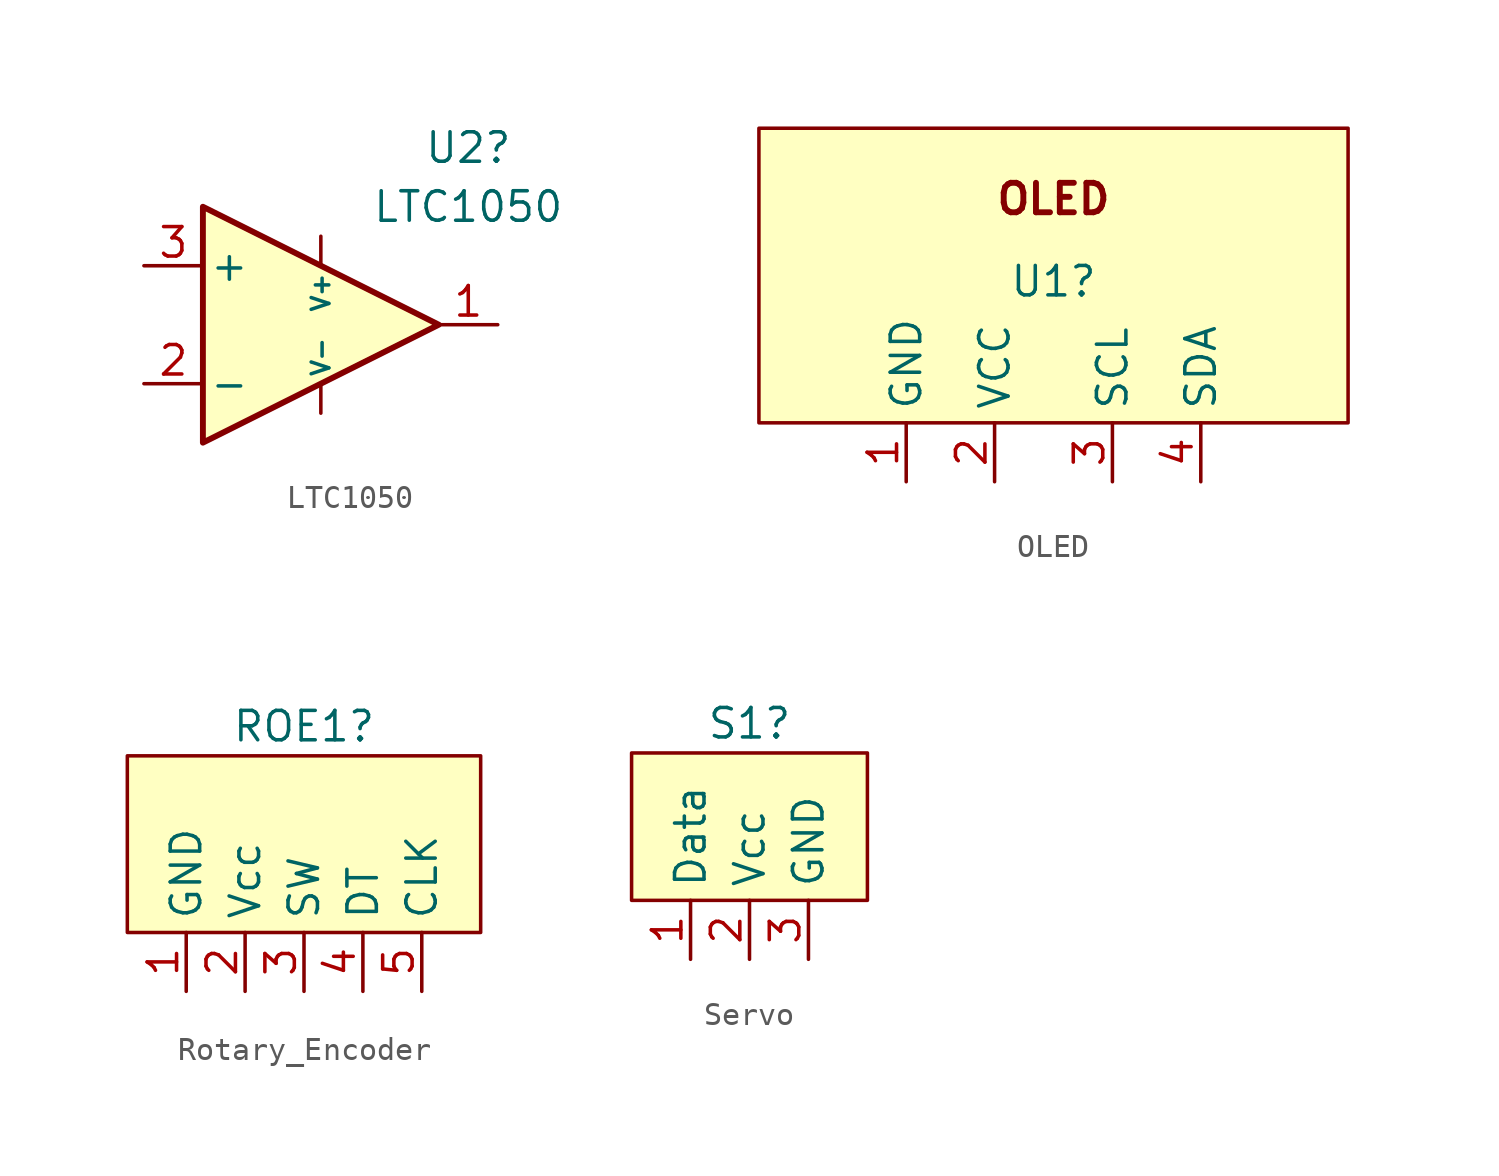
<source format=kicad_sym>
(kicad_symbol_lib
  (version 20241209)
  (generator "kicad_symbol_editor")
  (generator_version "9.0")
  (symbol "LTC1050"
    (pin_names
      (offset 0.254))
    (property "Reference" "U2"
      (at 6.35 7.62 0)
      (effects (font (size 1.27 1.27))))
    (property "Value" "LTC1050"
      (at 6.35 5.08 0)
      (effects (font (size 1.27 1.27))))
    (symbol "LTC1050_1_1"
      (polyline (pts (xy -5.08 5.08) (xy -5.08 -5.08) (xy 5.08 0) (xy -5.08 5.08)) (stroke (width 0.254) (type default)) (fill (type background)))
      (pin input line (at -7.62 2.54 0) (length 2.54) (name "+" (effects (font (size 1.27 1.27)))) (number "3" (effects (font (size 1.27 1.27)))))
      (pin input line (at -7.62 -2.54 0) (length 2.54) (name "-" (effects (font (size 1.27 1.27)))) (number "2" (effects (font (size 1.27 1.27)))))
      (pin input line (at 0 3.81 270) (length 1.27) (name "V+" (effects (font (size 0.762 0.762)))) (number "" (effects (font (size 1.27 1.27)))))
      (pin input line (at 0 -3.81 90) (length 1.27) (name "V-" (effects (font (size 0.762 0.762)))) (number "" (effects (font (size 1.27 1.27)))))
      (pin output line (at 7.62 0 180) (length 2.54) (name "~" (effects (font (size 1.27 1.27)))) (number "1" (effects (font (size 1.27 1.27)))))))
  (symbol "OLED"
    (property "Reference" "U1"
      (at 0 6.096 0)
      (effects (font (size 1.27 1.27))))
    (property "Value" ""
      (at 0 0 0)
      (effects (font (size 1.27 1.27))))
    (symbol "OLED_1_1"
      (rectangle (start -12.7 12.7) (end 12.7 0) (stroke (width 0) (type default)) (fill (type background)))
      (text "OLED\n" (at 0 9.652 0) (effects (font (size 1.27 1.27) (thickness 0.254) (bold yes))))
      (pin input line (at -6.35 -2.54 90) (length 2.54) (name "GND" (effects (font (size 1.27 1.27)))) (number "1" (effects (font (size 1.27 1.27)))))
      (pin input line (at -2.54 -2.54 90) (length 2.54) (name "VCC" (effects (font (size 1.27 1.27)))) (number "2" (effects (font (size 1.27 1.27)))))
      (pin input line (at 2.54 -2.54 90) (length 2.54) (name "SCL" (effects (font (size 1.27 1.27)))) (number "3" (effects (font (size 1.27 1.27)))))
      (pin input line (at 6.35 -2.54 90) (length 2.54) (name "SDA" (effects (font (size 1.27 1.27)))) (number "4" (effects (font (size 1.27 1.27)))))))
  (symbol "Rotary_Encoder"
    (property "Reference" "ROE1"
      (at 0 0 0)
      (effects (font (size 1.27 1.27))))
    (property "Value" ""
      (at 0 0 0)
      (effects (font (size 1.27 1.27))))
    (symbol "Rotary_Encoder_1_1"
      (rectangle (start -7.62 -1.27) (end 7.62 -8.89) (stroke (width 0) (type solid)) (fill (type background)))
      (pin input line (at -5.08 -11.43 90) (length 2.54) (name "GND" (effects (font (size 1.27 1.27)))) (number "1" (effects (font (size 1.27 1.27)))))
      (pin input line (at -2.54 -11.43 90) (length 2.54) (name "Vcc" (effects (font (size 1.27 1.27)))) (number "2" (effects (font (size 1.27 1.27)))))
      (pin input line (at 0 -11.43 90) (length 2.54) (name "SW" (effects (font (size 1.27 1.27)))) (number "3" (effects (font (size 1.27 1.27)))))
      (pin input line (at 2.54 -11.43 90) (length 2.54) (name "DT" (effects (font (size 1.27 1.27)))) (number "4" (effects (font (size 1.27 1.27)))))
      (pin input line (at 5.08 -11.43 90) (length 2.54) (name "CLK" (effects (font (size 1.27 1.27)))) (number "5" (effects (font (size 1.27 1.27)))))))
  (symbol "Servo"
    (property "Reference" "S1"
      (at 0 0 0)
      (effects (font (size 1.27 1.27))))
    (property "Value" ""
      (at 0 0 0)
      (effects (font (size 1.27 1.27))))
    (symbol "Servo_1_1"
      (rectangle (start -5.08 -1.27) (end 5.08 -7.62) (stroke (width 0) (type solid)) (fill (type background)))
      (pin input line (at -2.54 -10.16 90) (length 2.54) (name "Data" (effects (font (size 1.27 1.27)))) (number "1" (effects (font (size 1.27 1.27)))))
      (pin input line (at 0 -10.16 90) (length 2.54) (name "Vcc" (effects (font (size 1.27 1.27)))) (number "2" (effects (font (size 1.27 1.27)))))
      (pin input line (at 2.54 -10.16 90) (length 2.54) (name "GND" (effects (font (size 1.27 1.27)))) (number "3" (effects (font (size 1.27 1.27))))))))
</source>
